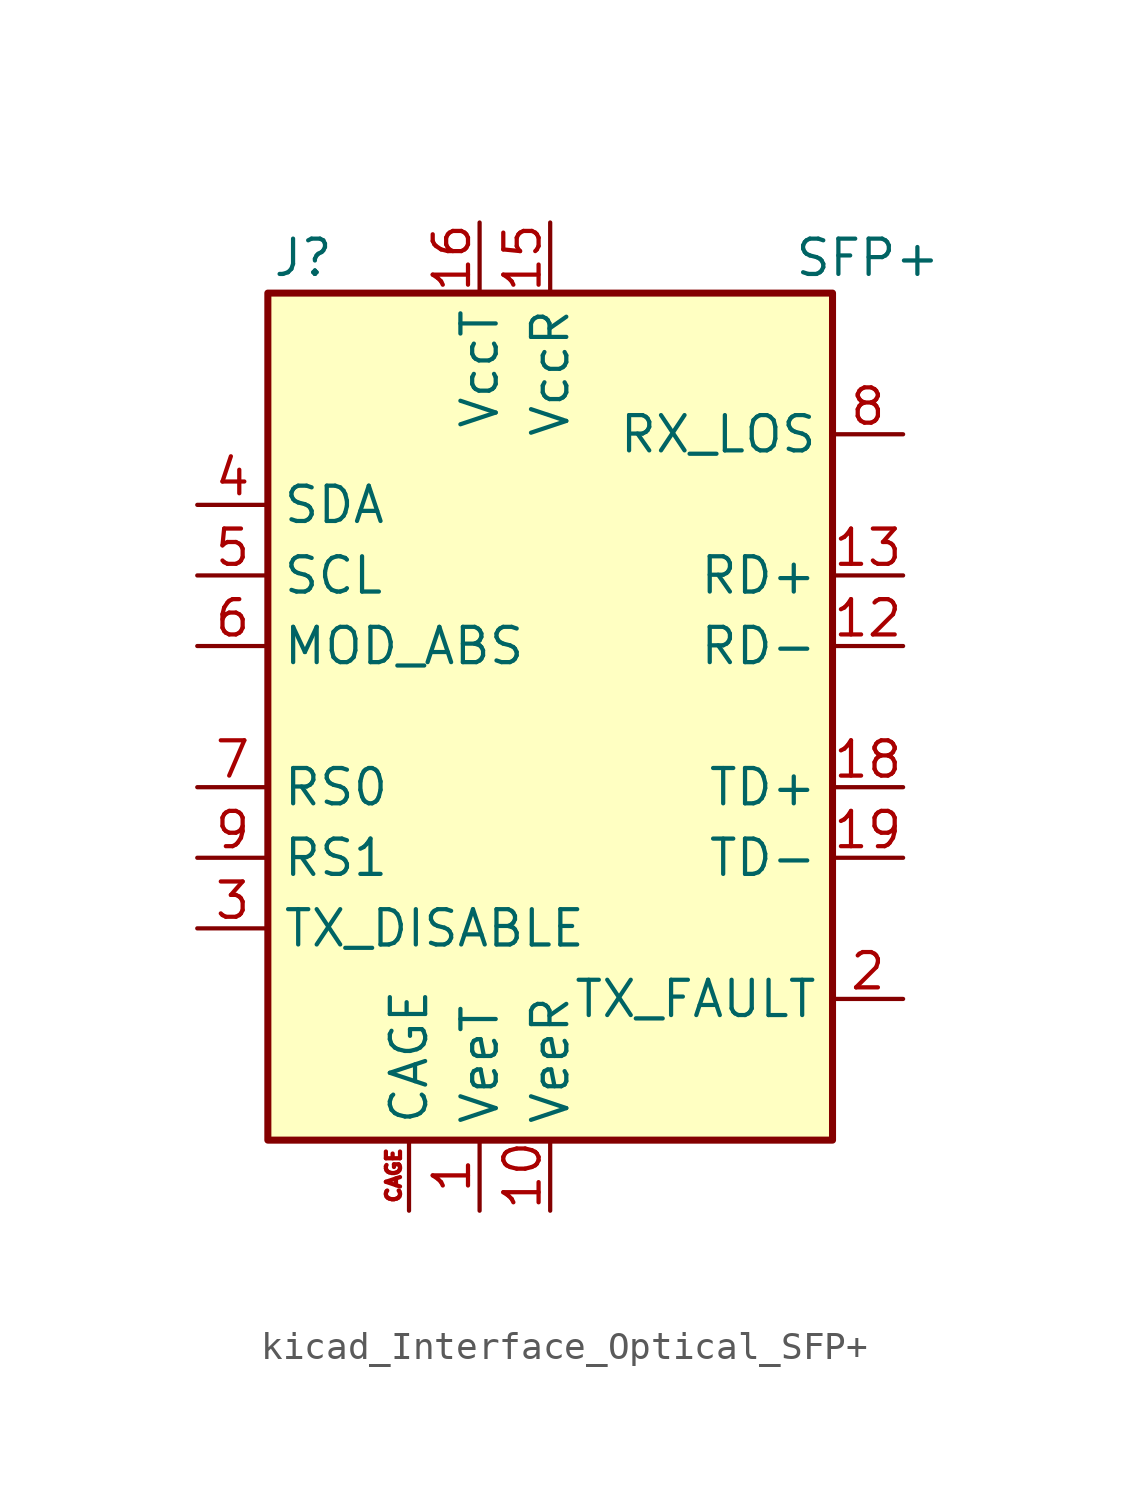
<source format=kicad_sym>
(kicad_symbol_lib
  (version 20220914)
  (generator kicad_symbol_editor)
  (symbol "kicad_Interface_Optical_SFP+"
    (property "Reference" "J"
      (at -8.89 16.51 0)
      (effects (font (size 1.27 1.27))))
    (property "Value" "SFP+"
      (at 11.43 16.51 0)
      (effects (font (size 1.27 1.27))))
    (symbol "kicad_Interface_Optical_SFP+_0_0"
      (rectangle (start -10.16 15.24) (end 10.16 -15.24) (stroke (width 0.254) (type default)) (fill (type background))))
    (symbol "kicad_Interface_Optical_SFP+_1_1"
      (pin power_in line (at -2.54 -17.78 90) (length 2.54) (name "VeeT" (effects (font (size 1.27 1.27)))) (number "1" (effects (font (size 1.27 1.27)))))
      (pin power_in line (at 0 -17.78 90) (length 2.54) (name "VeeR" (effects (font (size 1.27 1.27)))) (number "10" (effects (font (size 1.27 1.27)))))
      (pin passive line (at 0 -17.78 90) (length 2.54) hide (name "VeeR" (effects (font (size 1.27 1.27)))) (number "11" (effects (font (size 1.27 1.27)))))
      (pin output line (at 12.7 2.54 180) (length 2.54) (name "RD-" (effects (font (size 1.27 1.27)))) (number "12" (effects (font (size 1.27 1.27)))))
      (pin output line (at 12.7 5.08 180) (length 2.54) (name "RD+" (effects (font (size 1.27 1.27)))) (number "13" (effects (font (size 1.27 1.27)))))
      (pin passive line (at 0 -17.78 90) (length 2.54) hide (name "VeeR" (effects (font (size 1.27 1.27)))) (number "14" (effects (font (size 1.27 1.27)))))
      (pin power_in line (at 0 17.78 270) (length 2.54) (name "VccR" (effects (font (size 1.27 1.27)))) (number "15" (effects (font (size 1.27 1.27)))))
      (pin power_in line (at -2.54 17.78 270) (length 2.54) (name "VccT" (effects (font (size 1.27 1.27)))) (number "16" (effects (font (size 1.27 1.27)))))
      (pin passive line (at -2.54 -17.78 90) (length 2.54) hide (name "VeeT" (effects (font (size 1.27 1.27)))) (number "17" (effects (font (size 1.27 1.27)))))
      (pin input line (at 12.7 -2.54 180) (length 2.54) (name "TD+" (effects (font (size 1.27 1.27)))) (number "18" (effects (font (size 1.27 1.27)))))
      (pin input line (at 12.7 -5.08 180) (length 2.54) (name "TD-" (effects (font (size 1.27 1.27)))) (number "19" (effects (font (size 1.27 1.27)))))
      (pin open_collector line (at 12.7 -10.16 180) (length 2.54) (name "TX_FAULT" (effects (font (size 1.27 1.27)))) (number "2" (effects (font (size 1.27 1.27)))))
      (pin passive line (at -2.54 -17.78 90) (length 2.54) hide (name "VeeT" (effects (font (size 1.27 1.27)))) (number "20" (effects (font (size 1.27 1.27)))))
      (pin input line (at -12.7 -7.62 0) (length 2.54) (name "TX_DISABLE" (effects (font (size 1.27 1.27)))) (number "3" (effects (font (size 1.27 1.27)))))
      (pin bidirectional line (at -12.7 7.62 0) (length 2.54) (name "SDA" (effects (font (size 1.27 1.27)))) (number "4" (effects (font (size 1.27 1.27)))))
      (pin input line (at -12.7 5.08 0) (length 2.54) (name "SCL" (effects (font (size 1.27 1.27)))) (number "5" (effects (font (size 1.27 1.27)))))
      (pin passive line (at -12.7 2.54 0) (length 2.54) (name "MOD_ABS" (effects (font (size 1.27 1.27)))) (number "6" (effects (font (size 1.27 1.27)))))
      (pin input line (at -12.7 -2.54 0) (length 2.54) (name "RS0" (effects (font (size 1.27 1.27)))) (number "7" (effects (font (size 1.27 1.27)))))
      (pin open_collector line (at 12.7 10.16 180) (length 2.54) (name "RX_LOS" (effects (font (size 1.27 1.27)))) (number "8" (effects (font (size 1.27 1.27)))))
      (pin input line (at -12.7 -5.08 0) (length 2.54) (name "RS1" (effects (font (size 1.27 1.27)))) (number "9" (effects (font (size 1.27 1.27)))))
      (pin passive line (at -5.08 -17.78 90) (length 2.54) (name "CAGE" (effects (font (size 1.27 1.27)))) (number "CAGE" (effects (font (size 0.508 0.508))))))))
</source>
